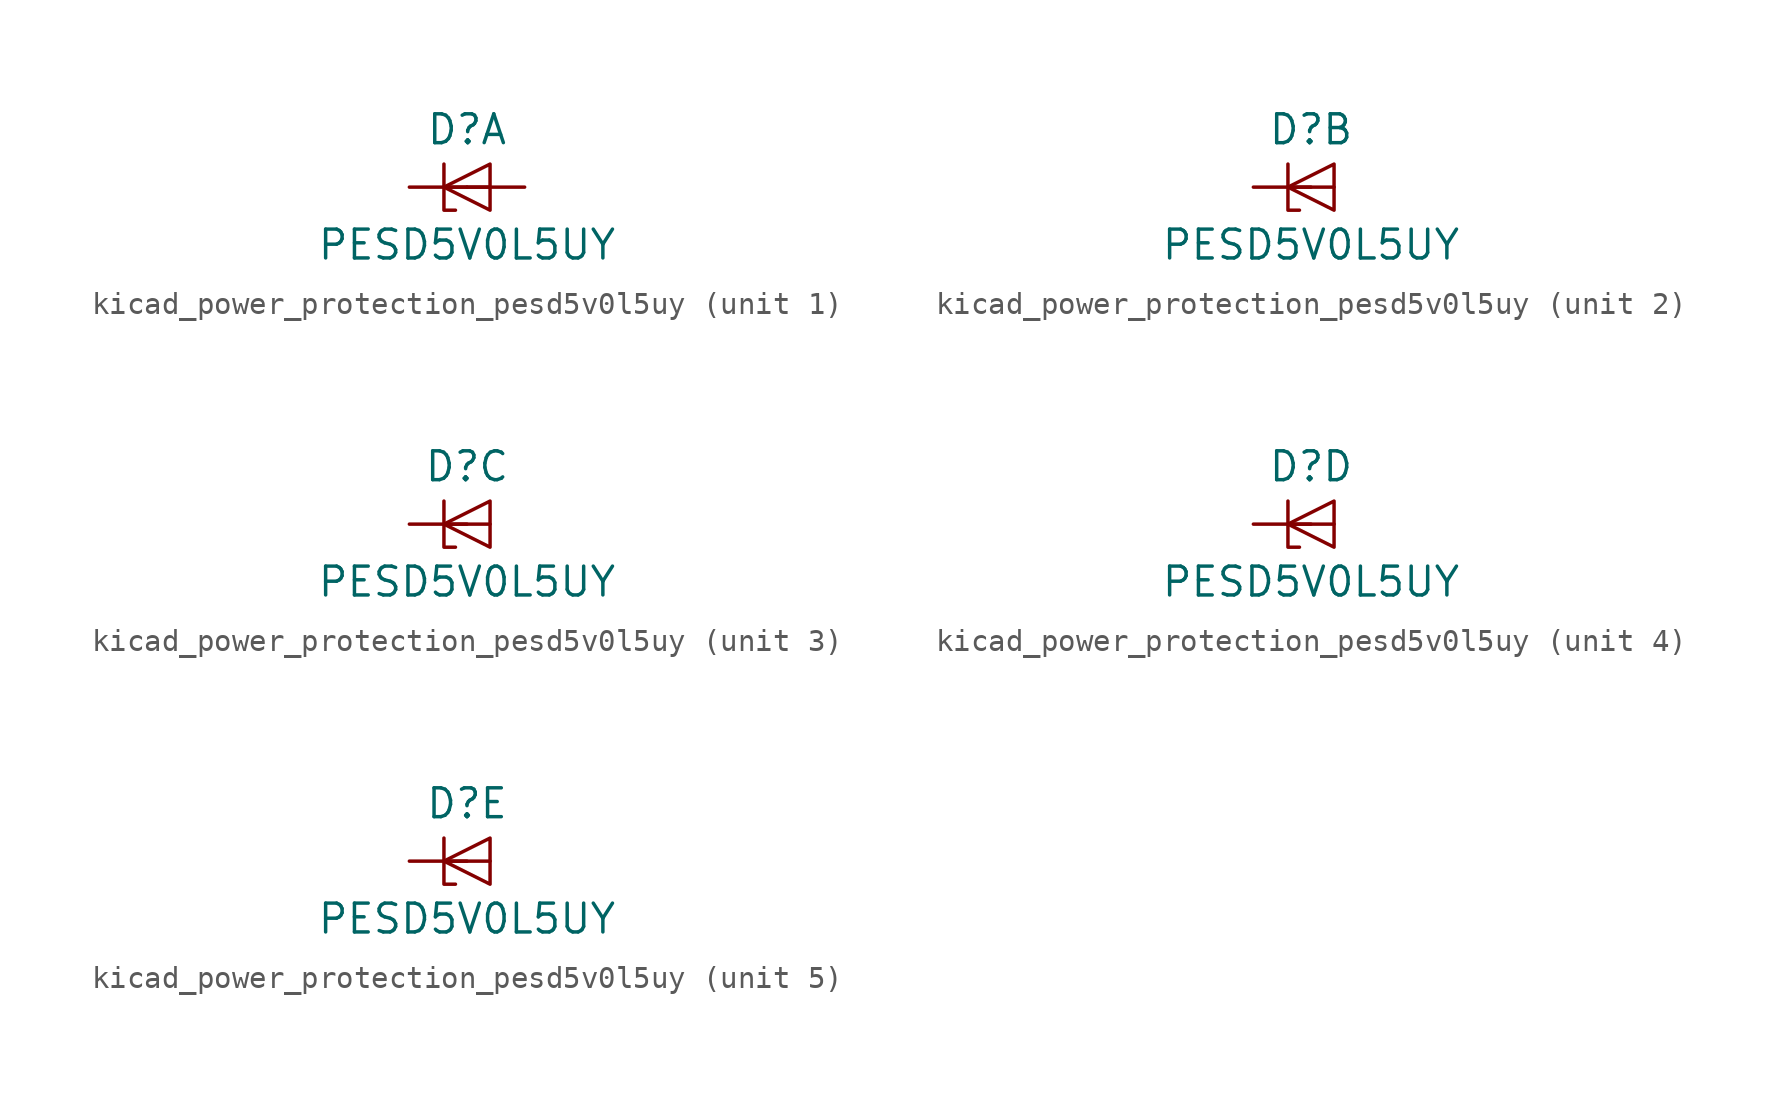
<source format=kicad_sym>
(kicad_symbol_lib
  (version 20220914)
  (generator kicad_symbol_editor)
  (symbol "kicad_power_protection_pesd5v0l5uy"
    (pin_numbers hide)
    (pin_names hide)
    (property "Reference" "D"
      (at 0 2.54 0)
      (effects (font (size 1.27 1.27))))
    (property "Value" "PESD5V0L5UY"
      (at 0 -2.54 0)
      (effects (font (size 1.27 1.27))))
    (property "ki_locked" ""
      (at 0 0 0)
      (effects (font (size 1.27 1.27))))
    (symbol "kicad_power_protection_pesd5v0l5uy_0_1"
      (polyline (pts (xy -1.016 0) (xy 1.016 0)) (stroke (width 0) (type default)) (fill (type none)))
      (polyline (pts (xy -1.016 1.016) (xy -1.016 -1.016) (xy -0.508 -1.016)) (stroke (width 0) (type default)) (fill (type none)))
      (polyline (pts (xy 1.016 1.016) (xy -1.016 0) (xy 1.016 -1.016) (xy 1.016 1.016)) (stroke (width 0) (type default)) (fill (type none))))
    (symbol "kicad_power_protection_pesd5v0l5uy_1_1"
      (pin passive line (at -2.54 0 0) (length 2.54) (name "K1" (effects (font (size 1.27 1.27)))) (number "1" (effects (font (size 1.27 1.27)))))
      (pin passive line (at 2.54 0 180) (length 2.54) (name "A" (effects (font (size 1.27 1.27)))) (number "2" (effects (font (size 1.27 1.27))))))
    (symbol "kicad_power_protection_pesd5v0l5uy_2_1"
      (pin passive line (at -2.54 0 0) (length 2.54) (name "K2" (effects (font (size 1.27 1.27)))) (number "3" (effects (font (size 1.27 1.27))))))
    (symbol "kicad_power_protection_pesd5v0l5uy_3_1"
      (pin passive line (at -2.54 0 0) (length 2.54) (name "K3" (effects (font (size 1.27 1.27)))) (number "4" (effects (font (size 1.27 1.27))))))
    (symbol "kicad_power_protection_pesd5v0l5uy_4_1"
      (pin passive line (at -2.54 0 0) (length 2.54) (name "K4" (effects (font (size 1.27 1.27)))) (number "5" (effects (font (size 1.27 1.27))))))
    (symbol "kicad_power_protection_pesd5v0l5uy_5_1"
      (pin passive line (at -2.54 0 0) (length 2.54) (name "K5" (effects (font (size 1.27 1.27)))) (number "6" (effects (font (size 1.27 1.27))))))))
</source>
